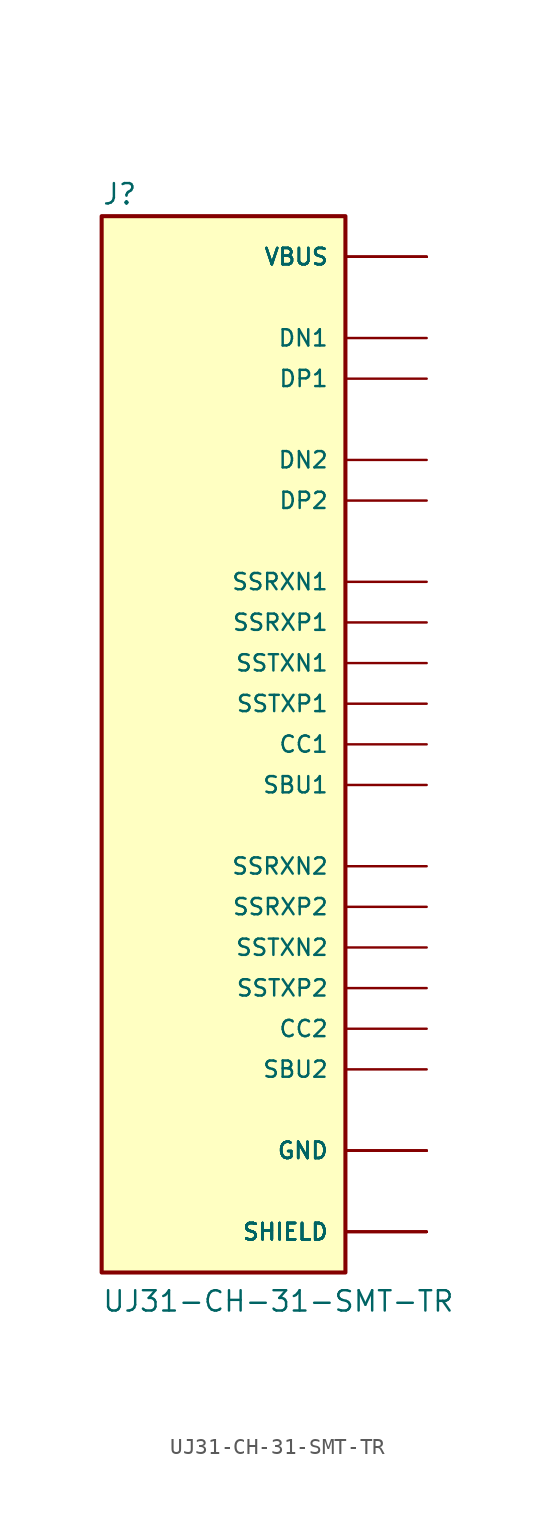
<source format=kicad_sym>
(kicad_symbol_lib
  (version 20211014)
  (generator kicad_symbol_editor)
  (symbol "UJ31-CH-31-SMT-TR"
    (pin_numbers hide)
    (pin_names
      (offset 1.016))
    (property "Reference" "J"
      (at -7.62 33.655 0)
      (effects (font (size 1.27 1.27)) (justify left bottom)))
    (property "Value" "UJ31-CH-31-SMT-TR"
      (at -7.62 -35.56 0)
      (effects (font (size 1.27 1.27)) (justify left bottom)))
    (property "ki_locked" ""
      (at 0 0 0)
      (effects (font (size 1.27 1.27))))
    (symbol "UJ31-CH-31-SMT-TR_0_0"
      (rectangle (start -7.62 -33.02) (end 7.62 33.02) (stroke (width 0.254) (type default) (color 0 0 0 0)) (fill (type background)))
      (pin passive line (at 12.7 -30.48 180) (length 5.08) (name "SHIELD" (effects (font (size 1.016 1.016)))) (number "1" (effects (font (size 1.016 1.016)))))
      (pin passive line (at 12.7 -30.48 180) (length 5.08) (name "SHIELD" (effects (font (size 1.016 1.016)))) (number "2" (effects (font (size 1.016 1.016)))))
      (pin passive line (at 12.7 -30.48 180) (length 5.08) (name "SHIELD" (effects (font (size 1.016 1.016)))) (number "3" (effects (font (size 1.016 1.016)))))
      (pin passive line (at 12.7 -30.48 180) (length 5.08) (name "SHIELD" (effects (font (size 1.016 1.016)))) (number "4" (effects (font (size 1.016 1.016)))))
      (pin passive line (at 12.7 -30.48 180) (length 5.08) (name "SHIELD" (effects (font (size 1.016 1.016)))) (number "5" (effects (font (size 1.016 1.016)))))
      (pin passive line (at 12.7 -30.48 180) (length 5.08) (name "SHIELD" (effects (font (size 1.016 1.016)))) (number "6" (effects (font (size 1.016 1.016)))))
      (pin power_in line (at 12.7 -25.4 180) (length 5.08) (name "GND" (effects (font (size 1.016 1.016)))) (number "A1" (effects (font (size 1.016 1.016)))))
      (pin bidirectional line (at 12.7 -7.62 180) (length 5.08) (name "SSRXN2" (effects (font (size 1.016 1.016)))) (number "A10" (effects (font (size 1.016 1.016)))))
      (pin bidirectional line (at 12.7 -10.16 180) (length 5.08) (name "SSRXP2" (effects (font (size 1.016 1.016)))) (number "A11" (effects (font (size 1.016 1.016)))))
      (pin power_in line (at 12.7 -25.4 180) (length 5.08) (name "GND" (effects (font (size 1.016 1.016)))) (number "A12" (effects (font (size 1.016 1.016)))))
      (pin bidirectional line (at 12.7 2.54 180) (length 5.08) (name "SSTXP1" (effects (font (size 1.016 1.016)))) (number "A2" (effects (font (size 1.016 1.016)))))
      (pin bidirectional line (at 12.7 5.08 180) (length 5.08) (name "SSTXN1" (effects (font (size 1.016 1.016)))) (number "A3" (effects (font (size 1.016 1.016)))))
      (pin power_in line (at 12.7 30.48 180) (length 5.08) (name "VBUS" (effects (font (size 1.016 1.016)))) (number "A4" (effects (font (size 1.016 1.016)))))
      (pin bidirectional line (at 12.7 0 180) (length 5.08) (name "CC1" (effects (font (size 1.016 1.016)))) (number "A5" (effects (font (size 1.016 1.016)))))
      (pin bidirectional line (at 12.7 22.86 180) (length 5.08) (name "DP1" (effects (font (size 1.016 1.016)))) (number "A6" (effects (font (size 1.016 1.016)))))
      (pin bidirectional line (at 12.7 25.4 180) (length 5.08) (name "DN1" (effects (font (size 1.016 1.016)))) (number "A7" (effects (font (size 1.016 1.016)))))
      (pin bidirectional line (at 12.7 -2.54 180) (length 5.08) (name "SBU1" (effects (font (size 1.016 1.016)))) (number "A8" (effects (font (size 1.016 1.016)))))
      (pin power_in line (at 12.7 30.48 180) (length 5.08) (name "VBUS" (effects (font (size 1.016 1.016)))) (number "A9" (effects (font (size 1.016 1.016)))))
      (pin power_in line (at 12.7 -25.4 180) (length 5.08) (name "GND" (effects (font (size 1.016 1.016)))) (number "B1" (effects (font (size 1.016 1.016)))))
      (pin bidirectional line (at 12.7 10.16 180) (length 5.08) (name "SSRXN1" (effects (font (size 1.016 1.016)))) (number "B10" (effects (font (size 1.016 1.016)))))
      (pin bidirectional line (at 12.7 7.62 180) (length 5.08) (name "SSRXP1" (effects (font (size 1.016 1.016)))) (number "B11" (effects (font (size 1.016 1.016)))))
      (pin power_in line (at 12.7 -25.4 180) (length 5.08) (name "GND" (effects (font (size 1.016 1.016)))) (number "B12" (effects (font (size 1.016 1.016)))))
      (pin bidirectional line (at 12.7 -15.24 180) (length 5.08) (name "SSTXP2" (effects (font (size 1.016 1.016)))) (number "B2" (effects (font (size 1.016 1.016)))))
      (pin bidirectional line (at 12.7 -12.7 180) (length 5.08) (name "SSTXN2" (effects (font (size 1.016 1.016)))) (number "B3" (effects (font (size 1.016 1.016)))))
      (pin power_in line (at 12.7 30.48 180) (length 5.08) (name "VBUS" (effects (font (size 1.016 1.016)))) (number "B4" (effects (font (size 1.016 1.016)))))
      (pin bidirectional line (at 12.7 -17.78 180) (length 5.08) (name "CC2" (effects (font (size 1.016 1.016)))) (number "B5" (effects (font (size 1.016 1.016)))))
      (pin bidirectional line (at 12.7 15.24 180) (length 5.08) (name "DP2" (effects (font (size 1.016 1.016)))) (number "B6" (effects (font (size 1.016 1.016)))))
      (pin bidirectional line (at 12.7 17.78 180) (length 5.08) (name "DN2" (effects (font (size 1.016 1.016)))) (number "B7" (effects (font (size 1.016 1.016)))))
      (pin bidirectional line (at 12.7 -20.32 180) (length 5.08) (name "SBU2" (effects (font (size 1.016 1.016)))) (number "B8" (effects (font (size 1.016 1.016)))))
      (pin power_in line (at 12.7 30.48 180) (length 5.08) (name "VBUS" (effects (font (size 1.016 1.016)))) (number "B9" (effects (font (size 1.016 1.016)))))
      (pin passive line (at 12.7 -30.48 180) (length 5.08) (name "SHIELD" (effects (font (size 1.016 1.016)))) (number "S1" (effects (font (size 1.016 1.016)))))
      (pin passive line (at 12.7 -30.48 180) (length 5.08) (name "SHIELD" (effects (font (size 1.016 1.016)))) (number "S2" (effects (font (size 1.016 1.016))))))))
</source>
